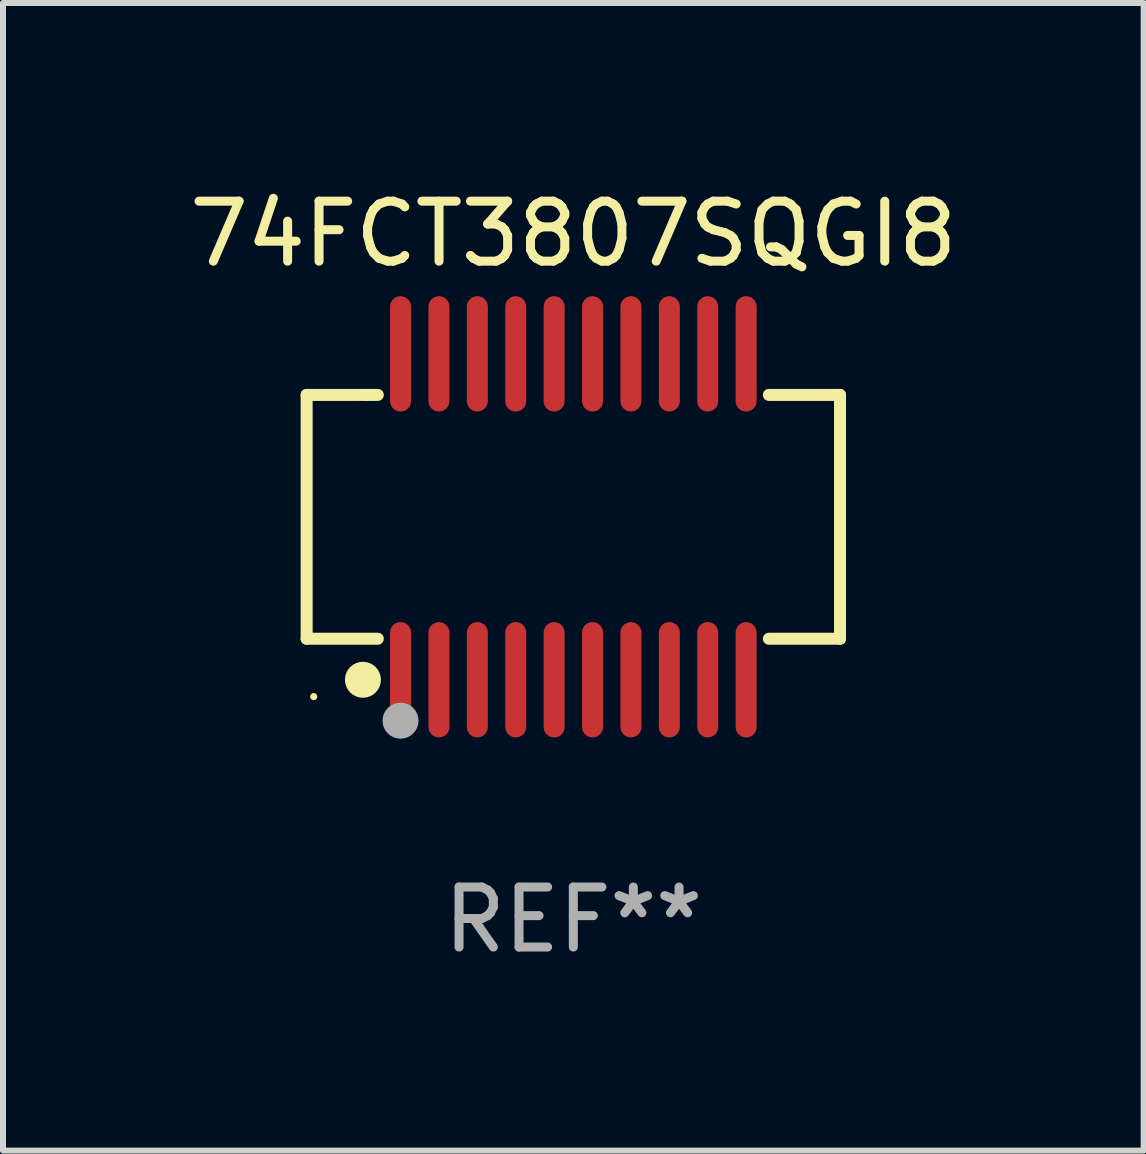
<source format=kicad_pcb>
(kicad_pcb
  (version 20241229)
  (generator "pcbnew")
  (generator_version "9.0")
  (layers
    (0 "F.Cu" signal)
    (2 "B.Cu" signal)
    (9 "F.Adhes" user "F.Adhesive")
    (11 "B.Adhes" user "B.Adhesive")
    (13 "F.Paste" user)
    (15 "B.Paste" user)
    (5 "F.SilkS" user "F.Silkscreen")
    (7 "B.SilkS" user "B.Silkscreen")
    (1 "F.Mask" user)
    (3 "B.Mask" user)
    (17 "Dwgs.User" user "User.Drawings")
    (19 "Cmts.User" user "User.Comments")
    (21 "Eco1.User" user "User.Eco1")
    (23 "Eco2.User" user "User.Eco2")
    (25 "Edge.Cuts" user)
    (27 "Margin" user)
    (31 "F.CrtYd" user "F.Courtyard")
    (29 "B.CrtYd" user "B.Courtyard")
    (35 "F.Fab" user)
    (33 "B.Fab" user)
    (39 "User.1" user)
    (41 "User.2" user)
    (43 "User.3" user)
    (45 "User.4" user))
  (footprint "74FCT3807SQGI8"
    (layer "F.Cu")
    (at 6.506 5.564)
    (property "Reference" "74FCT3807SQGI8" (at 0 -4.716 0) (layer "F.SilkS") (effects (font (size 1 1) (thickness 0.15))))
    (attr through_hole)
    (fp_line (start -4.445 -2.032) (end -4.445 2.032) (stroke (width 0.2) (type solid)) (layer "F.SilkS"))
    (fp_line (start -4.445 2.032) (end -3.259 2.032) (stroke (width 0.2) (type solid)) (layer "F.SilkS"))
    (fp_line (start -3.429 -2.032) (end -4.445 -2.032) (stroke (width 0.2) (type solid)) (layer "F.SilkS"))
    (fp_line (start -3.259 -2.032) (end -3.429 -2.032) (stroke (width 0.2) (type solid)) (layer "F.SilkS"))
    (fp_line (start 3.259 2.032) (end 4.445 2.032) (stroke (width 0.2) (type solid)) (layer "F.SilkS"))
    (fp_line (start 4.445 -2.032) (end 3.259 -2.032) (stroke (width 0.2) (type solid)) (layer "F.SilkS"))
    (fp_line (start 4.445 2.032) (end 4.445 -2.032) (stroke (width 0.2) (type solid)) (layer "F.SilkS"))
    (fp_circle (center -4.327 2.997) (end -4.297 2.997) (stroke (width 0.06) (type solid)) (fill no) (layer "F.SilkS"))
    (fp_circle (center -3.507 2.716) (end -3.357 2.716) (stroke (width 0.3) (type solid)) (fill no) (layer "F.SilkS"))
    (fp_circle (center -2.88 3.398) (end -2.73 3.398) (stroke (width 0.3) (type solid)) (fill no) (layer "F.Fab"))
    (fp_text user "REF**" (at 0 6.716 0) (layer "F.Fab") (effects (font (size 1 1) (thickness 0.15))))
    (pad "1" smd oval (at -2.88 2.716) (size 0.35 1.922) (layers "F.Cu" "F.Mask" "F.Paste"))
    (pad "2" smd oval (at -2.24 2.716) (size 0.35 1.922) (layers "F.Cu" "F.Mask" "F.Paste"))
    (pad "3" smd oval (at -1.6 2.716) (size 0.35 1.922) (layers "F.Cu" "F.Mask" "F.Paste"))
    (pad "4" smd oval (at -0.96 2.716) (size 0.35 1.922) (layers "F.Cu" "F.Mask" "F.Paste"))
    (pad "5" smd oval (at -0.32 2.716) (size 0.35 1.922) (layers "F.Cu" "F.Mask" "F.Paste"))
    (pad "6" smd oval (at 0.32 2.716) (size 0.35 1.922) (layers "F.Cu" "F.Mask" "F.Paste"))
    (pad "7" smd oval (at 0.96 2.716) (size 0.35 1.922) (layers "F.Cu" "F.Mask" "F.Paste"))
    (pad "8" smd oval (at 1.6 2.716) (size 0.35 1.922) (layers "F.Cu" "F.Mask" "F.Paste"))
    (pad "9" smd oval (at 2.24 2.716) (size 0.35 1.922) (layers "F.Cu" "F.Mask" "F.Paste"))
    (pad "10" smd oval (at 2.88 2.716) (size 0.35 1.922) (layers "F.Cu" "F.Mask" "F.Paste"))
    (pad "11" smd oval (at 2.88 -2.716) (size 0.35 1.922) (layers "F.Cu" "F.Mask" "F.Paste"))
    (pad "12" smd oval (at 2.24 -2.716) (size 0.35 1.922) (layers "F.Cu" "F.Mask" "F.Paste"))
    (pad "13" smd oval (at 1.6 -2.716) (size 0.35 1.922) (layers "F.Cu" "F.Mask" "F.Paste"))
    (pad "14" smd oval (at 0.96 -2.716) (size 0.35 1.922) (layers "F.Cu" "F.Mask" "F.Paste"))
    (pad "15" smd oval (at 0.32 -2.716) (size 0.35 1.922) (layers "F.Cu" "F.Mask" "F.Paste"))
    (pad "16" smd oval (at -0.32 -2.716) (size 0.35 1.922) (layers "F.Cu" "F.Mask" "F.Paste"))
    (pad "17" smd oval (at -0.96 -2.716) (size 0.35 1.922) (layers "F.Cu" "F.Mask" "F.Paste"))
    (pad "18" smd oval (at -1.6 -2.716) (size 0.35 1.922) (layers "F.Cu" "F.Mask" "F.Paste"))
    (pad "19" smd oval (at -2.24 -2.716) (size 0.35 1.922) (layers "F.Cu" "F.Mask" "F.Paste"))
    (pad "20" smd oval (at -2.88 -2.716) (size 0.35 1.922) (layers "F.Cu" "F.Mask" "F.Paste")))
  (gr_rect
    (start -3 -3)
    (end 16.012 16.128)
    (stroke (width 0.1) (type default))
    (fill no)
    (layer "Edge.Cuts")))
</source>
